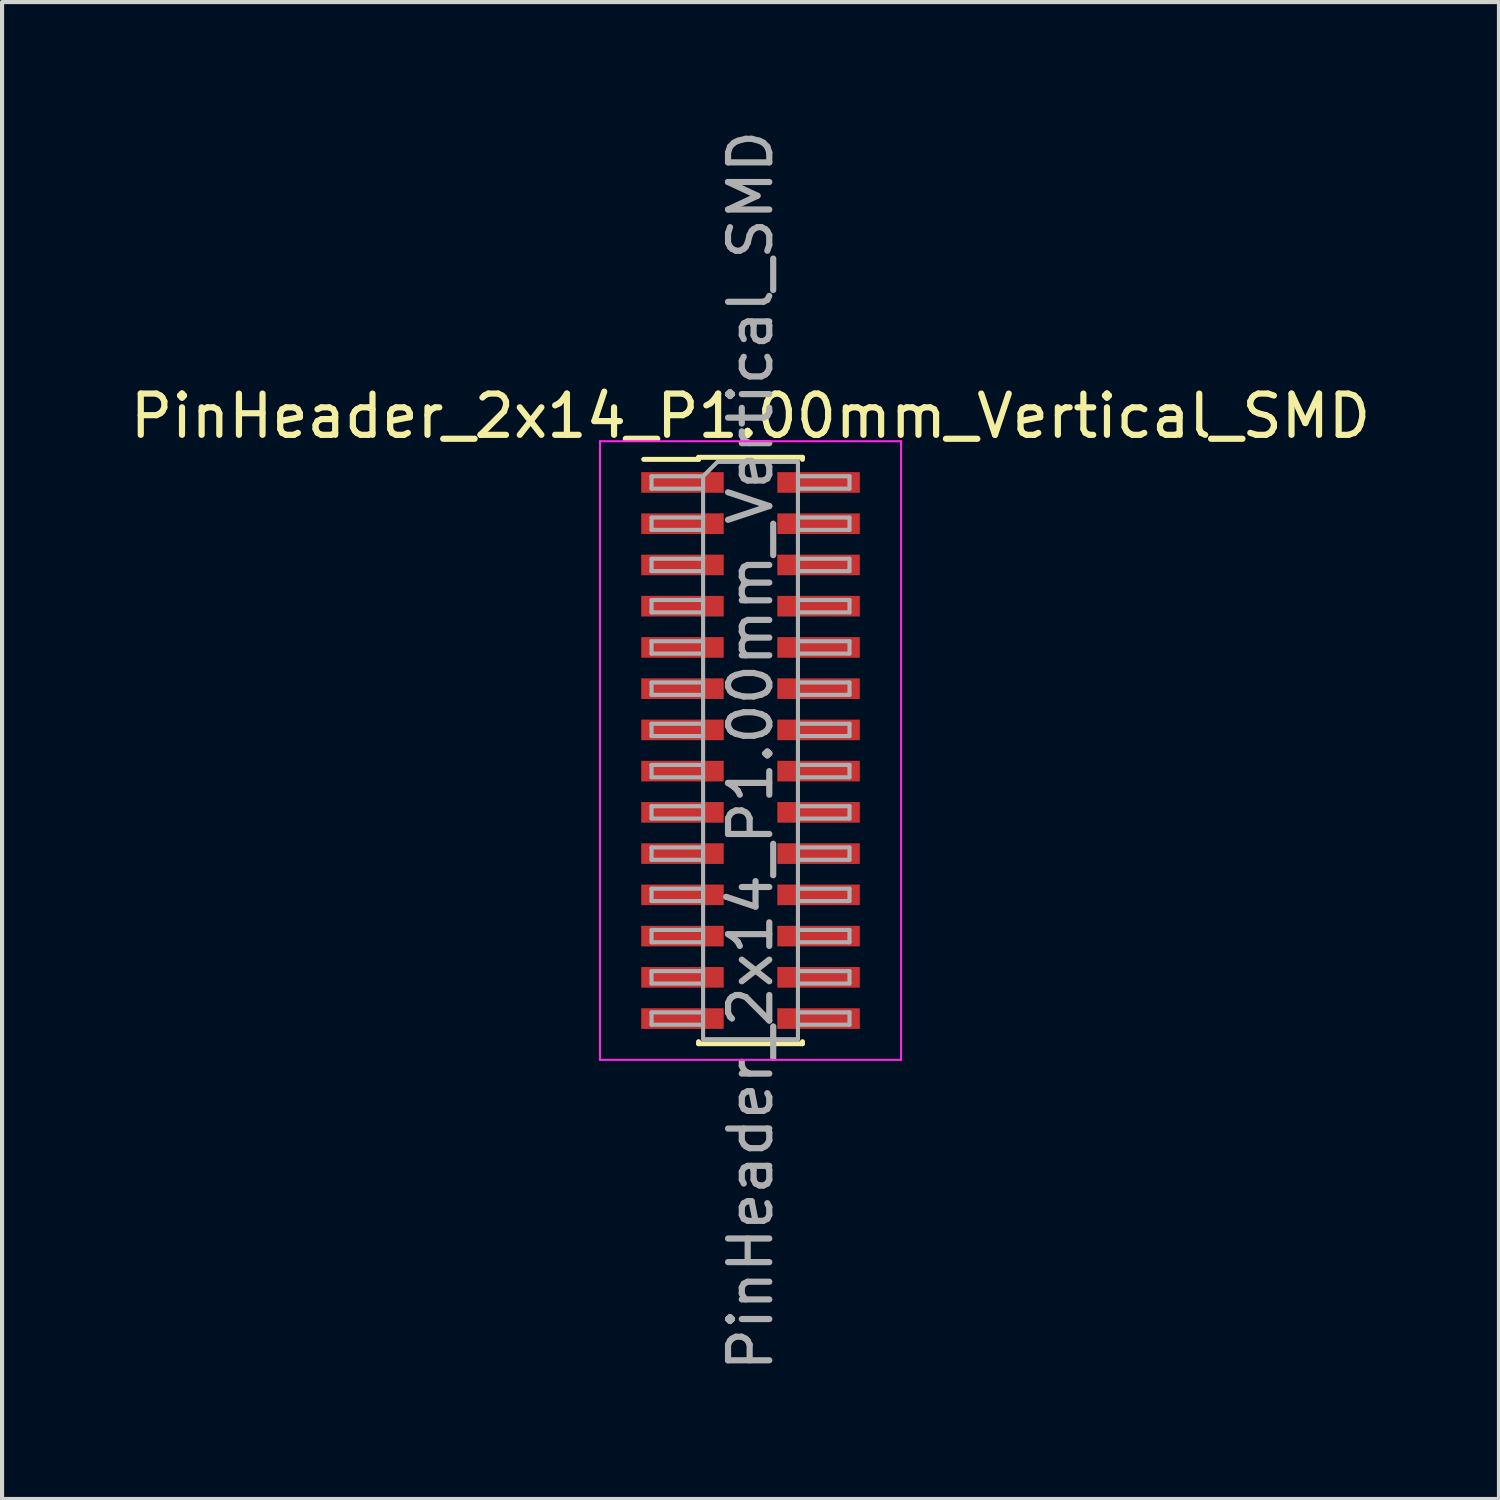
<source format=kicad_pcb>
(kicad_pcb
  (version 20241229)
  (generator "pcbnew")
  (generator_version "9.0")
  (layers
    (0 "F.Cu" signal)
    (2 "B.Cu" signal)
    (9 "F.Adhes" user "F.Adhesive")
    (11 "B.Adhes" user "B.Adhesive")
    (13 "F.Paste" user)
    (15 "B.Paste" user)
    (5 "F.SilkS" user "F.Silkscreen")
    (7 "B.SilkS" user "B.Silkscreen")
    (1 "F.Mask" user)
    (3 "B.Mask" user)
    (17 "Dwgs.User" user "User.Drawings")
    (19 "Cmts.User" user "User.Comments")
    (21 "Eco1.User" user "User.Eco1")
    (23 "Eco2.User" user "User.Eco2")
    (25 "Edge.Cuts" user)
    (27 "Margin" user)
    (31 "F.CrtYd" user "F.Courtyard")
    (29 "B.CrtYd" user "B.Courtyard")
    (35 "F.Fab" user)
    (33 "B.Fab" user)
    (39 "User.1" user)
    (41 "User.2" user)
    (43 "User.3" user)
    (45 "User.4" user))
  (footprint "PinHeader_2x14_P1.00mm_Vertical_SMD"
    (layer "F.Cu")
    (at 15.149 15.149)
    (property "Reference" "PinHeader_2x14_P1.00mm_Vertical_SMD" (at 0 -8.11 0) (layer "F.SilkS") (effects (font (size 1 1) (thickness 0.15))))
    (attr smd)
    (fp_line (start -2.59 -7.06) (end -1.26 -7.06) (stroke (width 0.12) (type solid)) (layer "F.SilkS"))
    (fp_line (start -1.26 -7.11) (end -1.26 -7.06) (stroke (width 0.12) (type solid)) (layer "F.SilkS"))
    (fp_line (start -1.26 -7.11) (end 1.26 -7.11) (stroke (width 0.12) (type solid)) (layer "F.SilkS"))
    (fp_line (start -1.26 7.06) (end -1.26 7.11) (stroke (width 0.12) (type solid)) (layer "F.SilkS"))
    (fp_line (start -1.26 7.11) (end 1.26 7.11) (stroke (width 0.12) (type solid)) (layer "F.SilkS"))
    (fp_line (start 1.26 -7.11) (end 1.26 -7.06) (stroke (width 0.12) (type solid)) (layer "F.SilkS"))
    (fp_line (start 1.26 7.06) (end 1.26 7.11) (stroke (width 0.12) (type solid)) (layer "F.SilkS"))
    (fp_line (start -3.65 -7.5) (end -3.65 7.5) (stroke (width 0.05) (type solid)) (layer "F.CrtYd"))
    (fp_line (start -3.65 7.5) (end 3.65 7.5) (stroke (width 0.05) (type solid)) (layer "F.CrtYd"))
    (fp_line (start 3.65 -7.5) (end -3.65 -7.5) (stroke (width 0.05) (type solid)) (layer "F.CrtYd"))
    (fp_line (start 3.65 7.5) (end 3.65 -7.5) (stroke (width 0.05) (type solid)) (layer "F.CrtYd"))
    (fp_line (start -2.4 -6.65) (end -2.4 -6.35) (stroke (width 0.1) (type solid)) (layer "F.Fab"))
    (fp_line (start -2.4 -6.35) (end -1.15 -6.35) (stroke (width 0.1) (type solid)) (layer "F.Fab"))
    (fp_line (start -2.4 -5.65) (end -2.4 -5.35) (stroke (width 0.1) (type solid)) (layer "F.Fab"))
    (fp_line (start -2.4 -5.35) (end -1.15 -5.35) (stroke (width 0.1) (type solid)) (layer "F.Fab"))
    (fp_line (start -2.4 -4.65) (end -2.4 -4.35) (stroke (width 0.1) (type solid)) (layer "F.Fab"))
    (fp_line (start -2.4 -4.35) (end -1.15 -4.35) (stroke (width 0.1) (type solid)) (layer "F.Fab"))
    (fp_line (start -2.4 -3.65) (end -2.4 -3.35) (stroke (width 0.1) (type solid)) (layer "F.Fab"))
    (fp_line (start -2.4 -3.35) (end -1.15 -3.35) (stroke (width 0.1) (type solid)) (layer "F.Fab"))
    (fp_line (start -2.4 -2.65) (end -2.4 -2.35) (stroke (width 0.1) (type solid)) (layer "F.Fab"))
    (fp_line (start -2.4 -2.35) (end -1.15 -2.35) (stroke (width 0.1) (type solid)) (layer "F.Fab"))
    (fp_line (start -2.4 -1.65) (end -2.4 -1.35) (stroke (width 0.1) (type solid)) (layer "F.Fab"))
    (fp_line (start -2.4 -1.35) (end -1.15 -1.35) (stroke (width 0.1) (type solid)) (layer "F.Fab"))
    (fp_line (start -2.4 -0.65) (end -2.4 -0.35) (stroke (width 0.1) (type solid)) (layer "F.Fab"))
    (fp_line (start -2.4 -0.35) (end -1.15 -0.35) (stroke (width 0.1) (type solid)) (layer "F.Fab"))
    (fp_line (start -2.4 0.35) (end -2.4 0.65) (stroke (width 0.1) (type solid)) (layer "F.Fab"))
    (fp_line (start -2.4 0.65) (end -1.15 0.65) (stroke (width 0.1) (type solid)) (layer "F.Fab"))
    (fp_line (start -2.4 1.35) (end -2.4 1.65) (stroke (width 0.1) (type solid)) (layer "F.Fab"))
    (fp_line (start -2.4 1.65) (end -1.15 1.65) (stroke (width 0.1) (type solid)) (layer "F.Fab"))
    (fp_line (start -2.4 2.35) (end -2.4 2.65) (stroke (width 0.1) (type solid)) (layer "F.Fab"))
    (fp_line (start -2.4 2.65) (end -1.15 2.65) (stroke (width 0.1) (type solid)) (layer "F.Fab"))
    (fp_line (start -2.4 3.35) (end -2.4 3.65) (stroke (width 0.1) (type solid)) (layer "F.Fab"))
    (fp_line (start -2.4 3.65) (end -1.15 3.65) (stroke (width 0.1) (type solid)) (layer "F.Fab"))
    (fp_line (start -2.4 4.35) (end -2.4 4.65) (stroke (width 0.1) (type solid)) (layer "F.Fab"))
    (fp_line (start -2.4 4.65) (end -1.15 4.65) (stroke (width 0.1) (type solid)) (layer "F.Fab"))
    (fp_line (start -2.4 5.35) (end -2.4 5.65) (stroke (width 0.1) (type solid)) (layer "F.Fab"))
    (fp_line (start -2.4 5.65) (end -1.15 5.65) (stroke (width 0.1) (type solid)) (layer "F.Fab"))
    (fp_line (start -2.4 6.35) (end -2.4 6.65) (stroke (width 0.1) (type solid)) (layer "F.Fab"))
    (fp_line (start -2.4 6.65) (end -1.15 6.65) (stroke (width 0.1) (type solid)) (layer "F.Fab"))
    (fp_line (start -1.15 -6.65) (end -2.4 -6.65) (stroke (width 0.1) (type solid)) (layer "F.Fab"))
    (fp_line (start -1.15 -6.65) (end -0.8 -7) (stroke (width 0.1) (type solid)) (layer "F.Fab"))
    (fp_line (start -1.15 -5.65) (end -2.4 -5.65) (stroke (width 0.1) (type solid)) (layer "F.Fab"))
    (fp_line (start -1.15 -4.65) (end -2.4 -4.65) (stroke (width 0.1) (type solid)) (layer "F.Fab"))
    (fp_line (start -1.15 -3.65) (end -2.4 -3.65) (stroke (width 0.1) (type solid)) (layer "F.Fab"))
    (fp_line (start -1.15 -2.65) (end -2.4 -2.65) (stroke (width 0.1) (type solid)) (layer "F.Fab"))
    (fp_line (start -1.15 -1.65) (end -2.4 -1.65) (stroke (width 0.1) (type solid)) (layer "F.Fab"))
    (fp_line (start -1.15 -0.65) (end -2.4 -0.65) (stroke (width 0.1) (type solid)) (layer "F.Fab"))
    (fp_line (start -1.15 0.35) (end -2.4 0.35) (stroke (width 0.1) (type solid)) (layer "F.Fab"))
    (fp_line (start -1.15 1.35) (end -2.4 1.35) (stroke (width 0.1) (type solid)) (layer "F.Fab"))
    (fp_line (start -1.15 2.35) (end -2.4 2.35) (stroke (width 0.1) (type solid)) (layer "F.Fab"))
    (fp_line (start -1.15 3.35) (end -2.4 3.35) (stroke (width 0.1) (type solid)) (layer "F.Fab"))
    (fp_line (start -1.15 4.35) (end -2.4 4.35) (stroke (width 0.1) (type solid)) (layer "F.Fab"))
    (fp_line (start -1.15 5.35) (end -2.4 5.35) (stroke (width 0.1) (type solid)) (layer "F.Fab"))
    (fp_line (start -1.15 6.35) (end -2.4 6.35) (stroke (width 0.1) (type solid)) (layer "F.Fab"))
    (fp_line (start -1.15 7) (end -1.15 -6.65) (stroke (width 0.1) (type solid)) (layer "F.Fab"))
    (fp_line (start -0.8 -7) (end 1.15 -7) (stroke (width 0.1) (type solid)) (layer "F.Fab"))
    (fp_line (start 1.15 -7) (end 1.15 7) (stroke (width 0.1) (type solid)) (layer "F.Fab"))
    (fp_line (start 1.15 -6.65) (end 2.4 -6.65) (stroke (width 0.1) (type solid)) (layer "F.Fab"))
    (fp_line (start 1.15 -5.65) (end 2.4 -5.65) (stroke (width 0.1) (type solid)) (layer "F.Fab"))
    (fp_line (start 1.15 -4.65) (end 2.4 -4.65) (stroke (width 0.1) (type solid)) (layer "F.Fab"))
    (fp_line (start 1.15 -3.65) (end 2.4 -3.65) (stroke (width 0.1) (type solid)) (layer "F.Fab"))
    (fp_line (start 1.15 -2.65) (end 2.4 -2.65) (stroke (width 0.1) (type solid)) (layer "F.Fab"))
    (fp_line (start 1.15 -1.65) (end 2.4 -1.65) (stroke (width 0.1) (type solid)) (layer "F.Fab"))
    (fp_line (start 1.15 -0.65) (end 2.4 -0.65) (stroke (width 0.1) (type solid)) (layer "F.Fab"))
    (fp_line (start 1.15 0.35) (end 2.4 0.35) (stroke (width 0.1) (type solid)) (layer "F.Fab"))
    (fp_line (start 1.15 1.35) (end 2.4 1.35) (stroke (width 0.1) (type solid)) (layer "F.Fab"))
    (fp_line (start 1.15 2.35) (end 2.4 2.35) (stroke (width 0.1) (type solid)) (layer "F.Fab"))
    (fp_line (start 1.15 3.35) (end 2.4 3.35) (stroke (width 0.1) (type solid)) (layer "F.Fab"))
    (fp_line (start 1.15 4.35) (end 2.4 4.35) (stroke (width 0.1) (type solid)) (layer "F.Fab"))
    (fp_line (start 1.15 5.35) (end 2.4 5.35) (stroke (width 0.1) (type solid)) (layer "F.Fab"))
    (fp_line (start 1.15 6.35) (end 2.4 6.35) (stroke (width 0.1) (type solid)) (layer "F.Fab"))
    (fp_line (start 1.15 7) (end -1.15 7) (stroke (width 0.1) (type solid)) (layer "F.Fab"))
    (fp_line (start 2.4 -6.65) (end 2.4 -6.35) (stroke (width 0.1) (type solid)) (layer "F.Fab"))
    (fp_line (start 2.4 -6.35) (end 1.15 -6.35) (stroke (width 0.1) (type solid)) (layer "F.Fab"))
    (fp_line (start 2.4 -5.65) (end 2.4 -5.35) (stroke (width 0.1) (type solid)) (layer "F.Fab"))
    (fp_line (start 2.4 -5.35) (end 1.15 -5.35) (stroke (width 0.1) (type solid)) (layer "F.Fab"))
    (fp_line (start 2.4 -4.65) (end 2.4 -4.35) (stroke (width 0.1) (type solid)) (layer "F.Fab"))
    (fp_line (start 2.4 -4.35) (end 1.15 -4.35) (stroke (width 0.1) (type solid)) (layer "F.Fab"))
    (fp_line (start 2.4 -3.65) (end 2.4 -3.35) (stroke (width 0.1) (type solid)) (layer "F.Fab"))
    (fp_line (start 2.4 -3.35) (end 1.15 -3.35) (stroke (width 0.1) (type solid)) (layer "F.Fab"))
    (fp_line (start 2.4 -2.65) (end 2.4 -2.35) (stroke (width 0.1) (type solid)) (layer "F.Fab"))
    (fp_line (start 2.4 -2.35) (end 1.15 -2.35) (stroke (width 0.1) (type solid)) (layer "F.Fab"))
    (fp_line (start 2.4 -1.65) (end 2.4 -1.35) (stroke (width 0.1) (type solid)) (layer "F.Fab"))
    (fp_line (start 2.4 -1.35) (end 1.15 -1.35) (stroke (width 0.1) (type solid)) (layer "F.Fab"))
    (fp_line (start 2.4 -0.65) (end 2.4 -0.35) (stroke (width 0.1) (type solid)) (layer "F.Fab"))
    (fp_line (start 2.4 -0.35) (end 1.15 -0.35) (stroke (width 0.1) (type solid)) (layer "F.Fab"))
    (fp_line (start 2.4 0.35) (end 2.4 0.65) (stroke (width 0.1) (type solid)) (layer "F.Fab"))
    (fp_line (start 2.4 0.65) (end 1.15 0.65) (stroke (width 0.1) (type solid)) (layer "F.Fab"))
    (fp_line (start 2.4 1.35) (end 2.4 1.65) (stroke (width 0.1) (type solid)) (layer "F.Fab"))
    (fp_line (start 2.4 1.65) (end 1.15 1.65) (stroke (width 0.1) (type solid)) (layer "F.Fab"))
    (fp_line (start 2.4 2.35) (end 2.4 2.65) (stroke (width 0.1) (type solid)) (layer "F.Fab"))
    (fp_line (start 2.4 2.65) (end 1.15 2.65) (stroke (width 0.1) (type solid)) (layer "F.Fab"))
    (fp_line (start 2.4 3.35) (end 2.4 3.65) (stroke (width 0.1) (type solid)) (layer "F.Fab"))
    (fp_line (start 2.4 3.65) (end 1.15 3.65) (stroke (width 0.1) (type solid)) (layer "F.Fab"))
    (fp_line (start 2.4 4.35) (end 2.4 4.65) (stroke (width 0.1) (type solid)) (layer "F.Fab"))
    (fp_line (start 2.4 4.65) (end 1.15 4.65) (stroke (width 0.1) (type solid)) (layer "F.Fab"))
    (fp_line (start 2.4 5.35) (end 2.4 5.65) (stroke (width 0.1) (type solid)) (layer "F.Fab"))
    (fp_line (start 2.4 5.65) (end 1.15 5.65) (stroke (width 0.1) (type solid)) (layer "F.Fab"))
    (fp_line (start 2.4 6.35) (end 2.4 6.65) (stroke (width 0.1) (type solid)) (layer "F.Fab"))
    (fp_line (start 2.4 6.65) (end 1.15 6.65) (stroke (width 0.1) (type solid)) (layer "F.Fab"))
    (fp_text user "${REFERENCE}" (at 0 0 90) (layer "F.Fab") (effects (font (size 1 1) (thickness 0.15))))
    (pad "1" smd rect (at -1.65 -6.5) (size 2 0.5) (layers "F.Cu" "F.Mask" "F.Paste"))
    (pad "2" smd rect (at 1.65 -6.5) (size 2 0.5) (layers "F.Cu" "F.Mask" "F.Paste"))
    (pad "3" smd rect (at -1.65 -5.5) (size 2 0.5) (layers "F.Cu" "F.Mask" "F.Paste"))
    (pad "4" smd rect (at 1.65 -5.5) (size 2 0.5) (layers "F.Cu" "F.Mask" "F.Paste"))
    (pad "5" smd rect (at -1.65 -4.5) (size 2 0.5) (layers "F.Cu" "F.Mask" "F.Paste"))
    (pad "6" smd rect (at 1.65 -4.5) (size 2 0.5) (layers "F.Cu" "F.Mask" "F.Paste"))
    (pad "7" smd rect (at -1.65 -3.5) (size 2 0.5) (layers "F.Cu" "F.Mask" "F.Paste"))
    (pad "8" smd rect (at 1.65 -3.5) (size 2 0.5) (layers "F.Cu" "F.Mask" "F.Paste"))
    (pad "9" smd rect (at -1.65 -2.5) (size 2 0.5) (layers "F.Cu" "F.Mask" "F.Paste"))
    (pad "10" smd rect (at 1.65 -2.5) (size 2 0.5) (layers "F.Cu" "F.Mask" "F.Paste"))
    (pad "11" smd rect (at -1.65 -1.5) (size 2 0.5) (layers "F.Cu" "F.Mask" "F.Paste"))
    (pad "12" smd rect (at 1.65 -1.5) (size 2 0.5) (layers "F.Cu" "F.Mask" "F.Paste"))
    (pad "13" smd rect (at -1.65 -0.5) (size 2 0.5) (layers "F.Cu" "F.Mask" "F.Paste"))
    (pad "14" smd rect (at 1.65 -0.5) (size 2 0.5) (layers "F.Cu" "F.Mask" "F.Paste"))
    (pad "15" smd rect (at -1.65 0.5) (size 2 0.5) (layers "F.Cu" "F.Mask" "F.Paste"))
    (pad "16" smd rect (at 1.65 0.5) (size 2 0.5) (layers "F.Cu" "F.Mask" "F.Paste"))
    (pad "17" smd rect (at -1.65 1.5) (size 2 0.5) (layers "F.Cu" "F.Mask" "F.Paste"))
    (pad "18" smd rect (at 1.65 1.5) (size 2 0.5) (layers "F.Cu" "F.Mask" "F.Paste"))
    (pad "19" smd rect (at -1.65 2.5) (size 2 0.5) (layers "F.Cu" "F.Mask" "F.Paste"))
    (pad "20" smd rect (at 1.65 2.5) (size 2 0.5) (layers "F.Cu" "F.Mask" "F.Paste"))
    (pad "21" smd rect (at -1.65 3.5) (size 2 0.5) (layers "F.Cu" "F.Mask" "F.Paste"))
    (pad "22" smd rect (at 1.65 3.5) (size 2 0.5) (layers "F.Cu" "F.Mask" "F.Paste"))
    (pad "23" smd rect (at -1.65 4.5) (size 2 0.5) (layers "F.Cu" "F.Mask" "F.Paste"))
    (pad "24" smd rect (at 1.65 4.5) (size 2 0.5) (layers "F.Cu" "F.Mask" "F.Paste"))
    (pad "25" smd rect (at -1.65 5.5) (size 2 0.5) (layers "F.Cu" "F.Mask" "F.Paste"))
    (pad "26" smd rect (at 1.65 5.5) (size 2 0.5) (layers "F.Cu" "F.Mask" "F.Paste"))
    (pad "27" smd rect (at -1.65 6.5) (size 2 0.5) (layers "F.Cu" "F.Mask" "F.Paste"))
    (pad "28" smd rect (at 1.65 6.5) (size 2 0.5) (layers "F.Cu" "F.Mask" "F.Paste")))
  (gr_rect
    (start -3 -3)
    (end 33.298 33.298)
    (stroke (width 0.1) (type default))
    (fill no)
    (layer "Edge.Cuts")))
</source>
